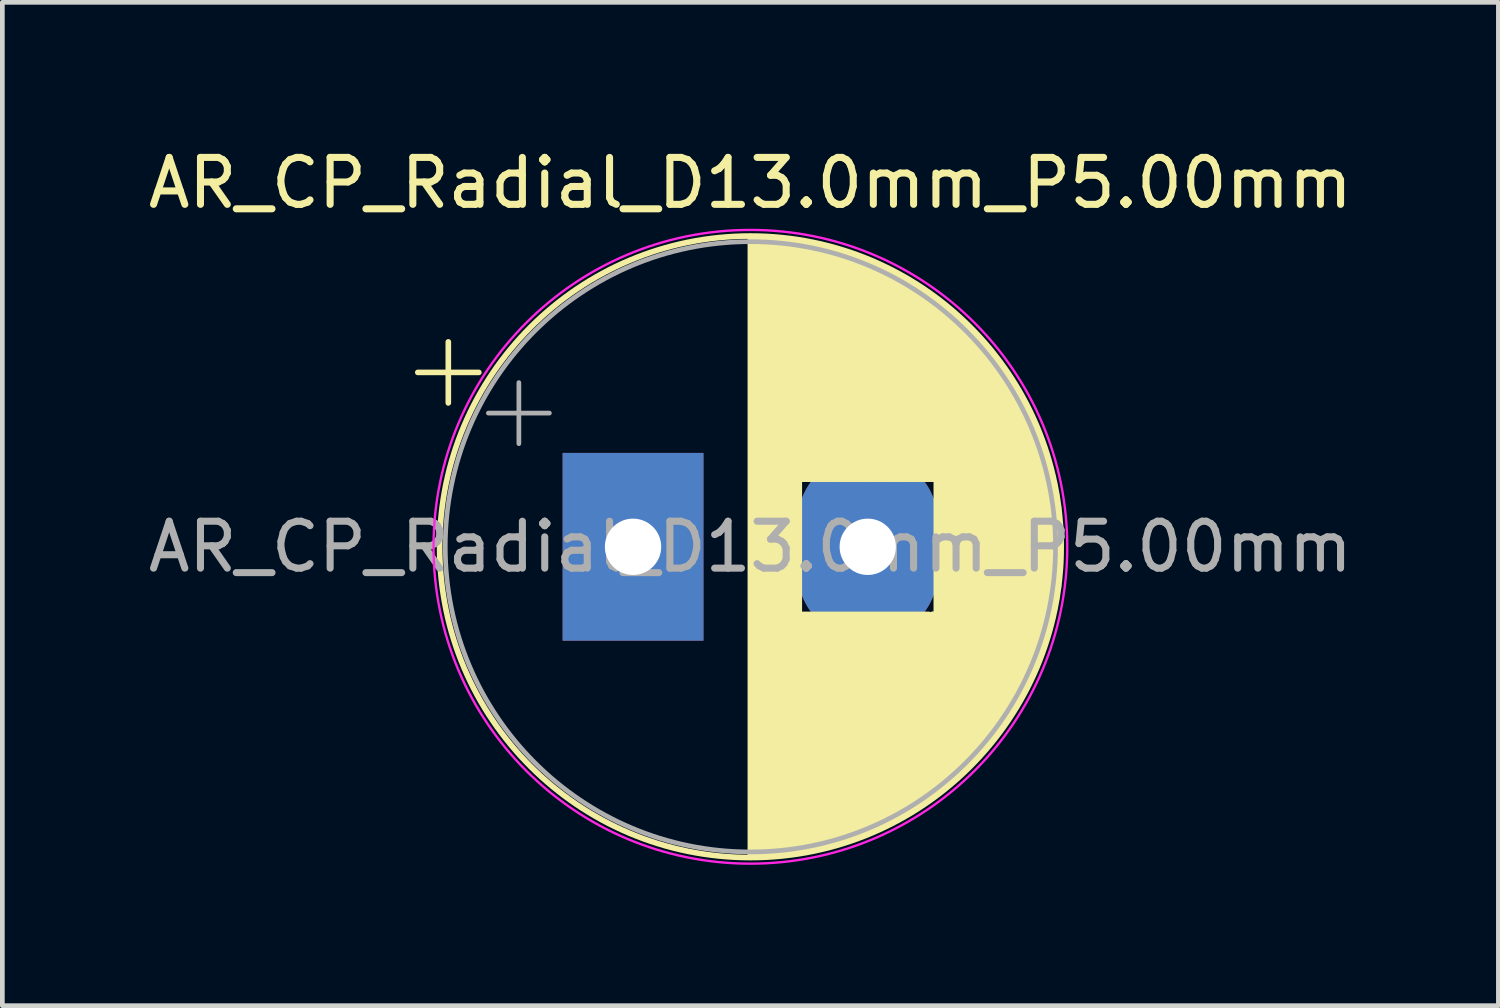
<source format=kicad_pcb>
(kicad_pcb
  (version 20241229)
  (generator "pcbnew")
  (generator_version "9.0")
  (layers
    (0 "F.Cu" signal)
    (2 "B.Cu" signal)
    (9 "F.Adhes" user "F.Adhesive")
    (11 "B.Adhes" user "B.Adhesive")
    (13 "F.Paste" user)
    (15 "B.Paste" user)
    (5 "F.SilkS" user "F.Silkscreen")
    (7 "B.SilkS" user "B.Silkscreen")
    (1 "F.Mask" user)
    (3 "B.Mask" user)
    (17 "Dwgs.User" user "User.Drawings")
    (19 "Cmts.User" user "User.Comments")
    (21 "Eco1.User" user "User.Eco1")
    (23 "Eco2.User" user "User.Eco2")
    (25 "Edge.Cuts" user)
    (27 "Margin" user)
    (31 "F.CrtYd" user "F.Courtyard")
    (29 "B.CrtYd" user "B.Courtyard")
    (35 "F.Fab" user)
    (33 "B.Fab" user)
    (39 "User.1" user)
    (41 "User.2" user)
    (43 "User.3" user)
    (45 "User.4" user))
  (footprint "AR_CP_Radial_D13.0mm_P5.00mm"
    (layer "F.Cu")
    (at 10.435 8.598)
    (property "Reference" "AR_CP_Radial_D13.0mm_P5.00mm" (at 2.5 -7.75 0) (layer "F.SilkS") (effects (font (size 1 1) (thickness 0.15))))
    (attr through_hole)
    (fp_line (start -4.585 -3.715) (end -3.285 -3.715) (stroke (width 0.12) (type solid)) (layer "F.SilkS"))
    (fp_line (start -3.935 -4.365) (end -3.935 -3.065) (stroke (width 0.12) (type solid)) (layer "F.SilkS"))
    (fp_line (start 2.5 -6.58) (end 2.5 6.58) (stroke (width 0.12) (type solid)) (layer "F.SilkS"))
    (fp_line (start 2.54 -6.58) (end 2.54 6.58) (stroke (width 0.12) (type solid)) (layer "F.SilkS"))
    (fp_line (start 2.58 -6.58) (end 2.58 6.58) (stroke (width 0.12) (type solid)) (layer "F.SilkS"))
    (fp_line (start 2.62 -6.579) (end 2.62 6.579) (stroke (width 0.12) (type solid)) (layer "F.SilkS"))
    (fp_line (start 2.66 -6.579) (end 2.66 6.579) (stroke (width 0.12) (type solid)) (layer "F.SilkS"))
    (fp_line (start 2.7 -6.577) (end 2.7 6.577) (stroke (width 0.12) (type solid)) (layer "F.SilkS"))
    (fp_line (start 2.74 -6.576) (end 2.74 6.576) (stroke (width 0.12) (type solid)) (layer "F.SilkS"))
    (fp_line (start 2.78 -6.575) (end 2.78 6.575) (stroke (width 0.12) (type solid)) (layer "F.SilkS"))
    (fp_line (start 2.82 -6.573) (end 2.82 6.573) (stroke (width 0.12) (type solid)) (layer "F.SilkS"))
    (fp_line (start 2.86 -6.571) (end 2.86 6.571) (stroke (width 0.12) (type solid)) (layer "F.SilkS"))
    (fp_line (start 2.9 -6.568) (end 2.9 6.568) (stroke (width 0.12) (type solid)) (layer "F.SilkS"))
    (fp_line (start 2.94 -6.566) (end 2.94 6.566) (stroke (width 0.12) (type solid)) (layer "F.SilkS"))
    (fp_line (start 2.98 -6.563) (end 2.98 6.563) (stroke (width 0.12) (type solid)) (layer "F.SilkS"))
    (fp_line (start 3.02 -6.56) (end 3.02 6.56) (stroke (width 0.12) (type solid)) (layer "F.SilkS"))
    (fp_line (start 3.06 -6.557) (end 3.06 6.557) (stroke (width 0.12) (type solid)) (layer "F.SilkS"))
    (fp_line (start 3.1 -6.553) (end 3.1 6.553) (stroke (width 0.12) (type solid)) (layer "F.SilkS"))
    (fp_line (start 3.14 -6.549) (end 3.14 6.549) (stroke (width 0.12) (type solid)) (layer "F.SilkS"))
    (fp_line (start 3.18 -6.545) (end 3.18 6.545) (stroke (width 0.12) (type solid)) (layer "F.SilkS"))
    (fp_line (start 3.221 -6.541) (end 3.221 6.541) (stroke (width 0.12) (type solid)) (layer "F.SilkS"))
    (fp_line (start 3.261 -6.537) (end 3.261 6.537) (stroke (width 0.12) (type solid)) (layer "F.SilkS"))
    (fp_line (start 3.301 -6.532) (end 3.301 6.532) (stroke (width 0.12) (type solid)) (layer "F.SilkS"))
    (fp_line (start 3.341 -6.527) (end 3.341 6.527) (stroke (width 0.12) (type solid)) (layer "F.SilkS"))
    (fp_line (start 3.381 -6.522) (end 3.381 6.522) (stroke (width 0.12) (type solid)) (layer "F.SilkS"))
    (fp_line (start 3.421 -6.516) (end 3.421 6.516) (stroke (width 0.12) (type solid)) (layer "F.SilkS"))
    (fp_line (start 3.461 -6.511) (end 3.461 6.511) (stroke (width 0.12) (type solid)) (layer "F.SilkS"))
    (fp_line (start 3.501 -6.505) (end 3.501 6.505) (stroke (width 0.12) (type solid)) (layer "F.SilkS"))
    (fp_line (start 3.541 -6.498) (end 3.541 6.498) (stroke (width 0.12) (type solid)) (layer "F.SilkS"))
    (fp_line (start 3.581 -6.492) (end 3.581 -1.44) (stroke (width 0.12) (type solid)) (layer "F.SilkS"))
    (fp_line (start 3.581 1.44) (end 3.581 6.492) (stroke (width 0.12) (type solid)) (layer "F.SilkS"))
    (fp_line (start 3.621 -6.485) (end 3.621 -1.44) (stroke (width 0.12) (type solid)) (layer "F.SilkS"))
    (fp_line (start 3.621 1.44) (end 3.621 6.485) (stroke (width 0.12) (type solid)) (layer "F.SilkS"))
    (fp_line (start 3.661 -6.478) (end 3.661 -1.44) (stroke (width 0.12) (type solid)) (layer "F.SilkS"))
    (fp_line (start 3.661 1.44) (end 3.661 6.478) (stroke (width 0.12) (type solid)) (layer "F.SilkS"))
    (fp_line (start 3.701 -6.471) (end 3.701 -1.44) (stroke (width 0.12) (type solid)) (layer "F.SilkS"))
    (fp_line (start 3.701 1.44) (end 3.701 6.471) (stroke (width 0.12) (type solid)) (layer "F.SilkS"))
    (fp_line (start 3.741 -6.463) (end 3.741 -1.44) (stroke (width 0.12) (type solid)) (layer "F.SilkS"))
    (fp_line (start 3.741 1.44) (end 3.741 6.463) (stroke (width 0.12) (type solid)) (layer "F.SilkS"))
    (fp_line (start 3.781 -6.456) (end 3.781 -1.44) (stroke (width 0.12) (type solid)) (layer "F.SilkS"))
    (fp_line (start 3.781 1.44) (end 3.781 6.456) (stroke (width 0.12) (type solid)) (layer "F.SilkS"))
    (fp_line (start 3.821 -6.448) (end 3.821 -1.44) (stroke (width 0.12) (type solid)) (layer "F.SilkS"))
    (fp_line (start 3.821 1.44) (end 3.821 6.448) (stroke (width 0.12) (type solid)) (layer "F.SilkS"))
    (fp_line (start 3.861 -6.439) (end 3.861 -1.44) (stroke (width 0.12) (type solid)) (layer "F.SilkS"))
    (fp_line (start 3.861 1.44) (end 3.861 6.439) (stroke (width 0.12) (type solid)) (layer "F.SilkS"))
    (fp_line (start 3.901 -6.431) (end 3.901 -1.44) (stroke (width 0.12) (type solid)) (layer "F.SilkS"))
    (fp_line (start 3.901 1.44) (end 3.901 6.431) (stroke (width 0.12) (type solid)) (layer "F.SilkS"))
    (fp_line (start 3.941 -6.422) (end 3.941 -1.44) (stroke (width 0.12) (type solid)) (layer "F.SilkS"))
    (fp_line (start 3.941 1.44) (end 3.941 6.422) (stroke (width 0.12) (type solid)) (layer "F.SilkS"))
    (fp_line (start 3.981 -6.413) (end 3.981 -1.44) (stroke (width 0.12) (type solid)) (layer "F.SilkS"))
    (fp_line (start 3.981 1.44) (end 3.981 6.413) (stroke (width 0.12) (type solid)) (layer "F.SilkS"))
    (fp_line (start 4.021 -6.404) (end 4.021 -1.44) (stroke (width 0.12) (type solid)) (layer "F.SilkS"))
    (fp_line (start 4.021 1.44) (end 4.021 6.404) (stroke (width 0.12) (type solid)) (layer "F.SilkS"))
    (fp_line (start 4.061 -6.394) (end 4.061 -1.44) (stroke (width 0.12) (type solid)) (layer "F.SilkS"))
    (fp_line (start 4.061 1.44) (end 4.061 6.394) (stroke (width 0.12) (type solid)) (layer "F.SilkS"))
    (fp_line (start 4.101 -6.384) (end 4.101 -1.44) (stroke (width 0.12) (type solid)) (layer "F.SilkS"))
    (fp_line (start 4.101 1.44) (end 4.101 6.384) (stroke (width 0.12) (type solid)) (layer "F.SilkS"))
    (fp_line (start 4.141 -6.374) (end 4.141 -1.44) (stroke (width 0.12) (type solid)) (layer "F.SilkS"))
    (fp_line (start 4.141 1.44) (end 4.141 6.374) (stroke (width 0.12) (type solid)) (layer "F.SilkS"))
    (fp_line (start 4.181 -6.364) (end 4.181 -1.44) (stroke (width 0.12) (type solid)) (layer "F.SilkS"))
    (fp_line (start 4.181 1.44) (end 4.181 6.364) (stroke (width 0.12) (type solid)) (layer "F.SilkS"))
    (fp_line (start 4.221 -6.353) (end 4.221 -1.44) (stroke (width 0.12) (type solid)) (layer "F.SilkS"))
    (fp_line (start 4.221 1.44) (end 4.221 6.353) (stroke (width 0.12) (type solid)) (layer "F.SilkS"))
    (fp_line (start 4.261 -6.342) (end 4.261 -1.44) (stroke (width 0.12) (type solid)) (layer "F.SilkS"))
    (fp_line (start 4.261 1.44) (end 4.261 6.342) (stroke (width 0.12) (type solid)) (layer "F.SilkS"))
    (fp_line (start 4.301 -6.331) (end 4.301 -1.44) (stroke (width 0.12) (type solid)) (layer "F.SilkS"))
    (fp_line (start 4.301 1.44) (end 4.301 6.331) (stroke (width 0.12) (type solid)) (layer "F.SilkS"))
    (fp_line (start 4.341 -6.32) (end 4.341 -1.44) (stroke (width 0.12) (type solid)) (layer "F.SilkS"))
    (fp_line (start 4.341 1.44) (end 4.341 6.32) (stroke (width 0.12) (type solid)) (layer "F.SilkS"))
    (fp_line (start 4.381 -6.308) (end 4.381 -1.44) (stroke (width 0.12) (type solid)) (layer "F.SilkS"))
    (fp_line (start 4.381 1.44) (end 4.381 6.308) (stroke (width 0.12) (type solid)) (layer "F.SilkS"))
    (fp_line (start 4.421 -6.296) (end 4.421 -1.44) (stroke (width 0.12) (type solid)) (layer "F.SilkS"))
    (fp_line (start 4.421 1.44) (end 4.421 6.296) (stroke (width 0.12) (type solid)) (layer "F.SilkS"))
    (fp_line (start 4.461 -6.284) (end 4.461 -1.44) (stroke (width 0.12) (type solid)) (layer "F.SilkS"))
    (fp_line (start 4.461 1.44) (end 4.461 6.284) (stroke (width 0.12) (type solid)) (layer "F.SilkS"))
    (fp_line (start 4.501 -6.271) (end 4.501 -1.44) (stroke (width 0.12) (type solid)) (layer "F.SilkS"))
    (fp_line (start 4.501 1.44) (end 4.501 6.271) (stroke (width 0.12) (type solid)) (layer "F.SilkS"))
    (fp_line (start 4.541 -6.258) (end 4.541 -1.44) (stroke (width 0.12) (type solid)) (layer "F.SilkS"))
    (fp_line (start 4.541 1.44) (end 4.541 6.258) (stroke (width 0.12) (type solid)) (layer "F.SilkS"))
    (fp_line (start 4.581 -6.245) (end 4.581 -1.44) (stroke (width 0.12) (type solid)) (layer "F.SilkS"))
    (fp_line (start 4.581 1.44) (end 4.581 6.245) (stroke (width 0.12) (type solid)) (layer "F.SilkS"))
    (fp_line (start 4.621 -6.232) (end 4.621 -1.44) (stroke (width 0.12) (type solid)) (layer "F.SilkS"))
    (fp_line (start 4.621 1.44) (end 4.621 6.232) (stroke (width 0.12) (type solid)) (layer "F.SilkS"))
    (fp_line (start 4.661 -6.218) (end 4.661 -1.44) (stroke (width 0.12) (type solid)) (layer "F.SilkS"))
    (fp_line (start 4.661 1.44) (end 4.661 6.218) (stroke (width 0.12) (type solid)) (layer "F.SilkS"))
    (fp_line (start 4.701 -6.204) (end 4.701 -1.44) (stroke (width 0.12) (type solid)) (layer "F.SilkS"))
    (fp_line (start 4.701 1.44) (end 4.701 6.204) (stroke (width 0.12) (type solid)) (layer "F.SilkS"))
    (fp_line (start 4.741 -6.19) (end 4.741 -1.44) (stroke (width 0.12) (type solid)) (layer "F.SilkS"))
    (fp_line (start 4.741 1.44) (end 4.741 6.19) (stroke (width 0.12) (type solid)) (layer "F.SilkS"))
    (fp_line (start 4.781 -6.175) (end 4.781 -1.44) (stroke (width 0.12) (type solid)) (layer "F.SilkS"))
    (fp_line (start 4.781 1.44) (end 4.781 6.175) (stroke (width 0.12) (type solid)) (layer "F.SilkS"))
    (fp_line (start 4.821 -6.161) (end 4.821 -1.44) (stroke (width 0.12) (type solid)) (layer "F.SilkS"))
    (fp_line (start 4.821 1.44) (end 4.821 6.161) (stroke (width 0.12) (type solid)) (layer "F.SilkS"))
    (fp_line (start 4.861 -6.146) (end 4.861 -1.44) (stroke (width 0.12) (type solid)) (layer "F.SilkS"))
    (fp_line (start 4.861 1.44) (end 4.861 6.146) (stroke (width 0.12) (type solid)) (layer "F.SilkS"))
    (fp_line (start 4.901 -6.13) (end 4.901 -1.44) (stroke (width 0.12) (type solid)) (layer "F.SilkS"))
    (fp_line (start 4.901 1.44) (end 4.901 6.13) (stroke (width 0.12) (type solid)) (layer "F.SilkS"))
    (fp_line (start 4.941 -6.114) (end 4.941 -1.44) (stroke (width 0.12) (type solid)) (layer "F.SilkS"))
    (fp_line (start 4.941 1.44) (end 4.941 6.114) (stroke (width 0.12) (type solid)) (layer "F.SilkS"))
    (fp_line (start 4.981 -6.098) (end 4.981 -1.44) (stroke (width 0.12) (type solid)) (layer "F.SilkS"))
    (fp_line (start 4.981 1.44) (end 4.981 6.098) (stroke (width 0.12) (type solid)) (layer "F.SilkS"))
    (fp_line (start 5.021 -6.082) (end 5.021 -1.44) (stroke (width 0.12) (type solid)) (layer "F.SilkS"))
    (fp_line (start 5.021 1.44) (end 5.021 6.082) (stroke (width 0.12) (type solid)) (layer "F.SilkS"))
    (fp_line (start 5.061 -6.065) (end 5.061 -1.44) (stroke (width 0.12) (type solid)) (layer "F.SilkS"))
    (fp_line (start 5.061 1.44) (end 5.061 6.065) (stroke (width 0.12) (type solid)) (layer "F.SilkS"))
    (fp_line (start 5.101 -6.049) (end 5.101 -1.44) (stroke (width 0.12) (type solid)) (layer "F.SilkS"))
    (fp_line (start 5.101 1.44) (end 5.101 6.049) (stroke (width 0.12) (type solid)) (layer "F.SilkS"))
    (fp_line (start 5.141 -6.031) (end 5.141 -1.44) (stroke (width 0.12) (type solid)) (layer "F.SilkS"))
    (fp_line (start 5.141 1.44) (end 5.141 6.031) (stroke (width 0.12) (type solid)) (layer "F.SilkS"))
    (fp_line (start 5.181 -6.014) (end 5.181 -1.44) (stroke (width 0.12) (type solid)) (layer "F.SilkS"))
    (fp_line (start 5.181 1.44) (end 5.181 6.014) (stroke (width 0.12) (type solid)) (layer "F.SilkS"))
    (fp_line (start 5.221 -5.996) (end 5.221 -1.44) (stroke (width 0.12) (type solid)) (layer "F.SilkS"))
    (fp_line (start 5.221 1.44) (end 5.221 5.996) (stroke (width 0.12) (type solid)) (layer "F.SilkS"))
    (fp_line (start 5.261 -5.978) (end 5.261 -1.44) (stroke (width 0.12) (type solid)) (layer "F.SilkS"))
    (fp_line (start 5.261 1.44) (end 5.261 5.978) (stroke (width 0.12) (type solid)) (layer "F.SilkS"))
    (fp_line (start 5.301 -5.959) (end 5.301 -1.44) (stroke (width 0.12) (type solid)) (layer "F.SilkS"))
    (fp_line (start 5.301 1.44) (end 5.301 5.959) (stroke (width 0.12) (type solid)) (layer "F.SilkS"))
    (fp_line (start 5.341 -5.94) (end 5.341 -1.44) (stroke (width 0.12) (type solid)) (layer "F.SilkS"))
    (fp_line (start 5.341 1.44) (end 5.341 5.94) (stroke (width 0.12) (type solid)) (layer "F.SilkS"))
    (fp_line (start 5.381 -5.921) (end 5.381 -1.44) (stroke (width 0.12) (type solid)) (layer "F.SilkS"))
    (fp_line (start 5.381 1.44) (end 5.381 5.921) (stroke (width 0.12) (type solid)) (layer "F.SilkS"))
    (fp_line (start 5.421 -5.902) (end 5.421 -1.44) (stroke (width 0.12) (type solid)) (layer "F.SilkS"))
    (fp_line (start 5.421 1.44) (end 5.421 5.902) (stroke (width 0.12) (type solid)) (layer "F.SilkS"))
    (fp_line (start 5.461 -5.882) (end 5.461 -1.44) (stroke (width 0.12) (type solid)) (layer "F.SilkS"))
    (fp_line (start 5.461 1.44) (end 5.461 5.882) (stroke (width 0.12) (type solid)) (layer "F.SilkS"))
    (fp_line (start 5.501 -5.862) (end 5.501 -1.44) (stroke (width 0.12) (type solid)) (layer "F.SilkS"))
    (fp_line (start 5.501 1.44) (end 5.501 5.862) (stroke (width 0.12) (type solid)) (layer "F.SilkS"))
    (fp_line (start 5.541 -5.841) (end 5.541 -1.44) (stroke (width 0.12) (type solid)) (layer "F.SilkS"))
    (fp_line (start 5.541 1.44) (end 5.541 5.841) (stroke (width 0.12) (type solid)) (layer "F.SilkS"))
    (fp_line (start 5.581 -5.82) (end 5.581 -1.44) (stroke (width 0.12) (type solid)) (layer "F.SilkS"))
    (fp_line (start 5.581 1.44) (end 5.581 5.82) (stroke (width 0.12) (type solid)) (layer "F.SilkS"))
    (fp_line (start 5.621 -5.799) (end 5.621 -1.44) (stroke (width 0.12) (type solid)) (layer "F.SilkS"))
    (fp_line (start 5.621 1.44) (end 5.621 5.799) (stroke (width 0.12) (type solid)) (layer "F.SilkS"))
    (fp_line (start 5.661 -5.778) (end 5.661 -1.44) (stroke (width 0.12) (type solid)) (layer "F.SilkS"))
    (fp_line (start 5.661 1.44) (end 5.661 5.778) (stroke (width 0.12) (type solid)) (layer "F.SilkS"))
    (fp_line (start 5.701 -5.756) (end 5.701 -1.44) (stroke (width 0.12) (type solid)) (layer "F.SilkS"))
    (fp_line (start 5.701 1.44) (end 5.701 5.756) (stroke (width 0.12) (type solid)) (layer "F.SilkS"))
    (fp_line (start 5.741 -5.733) (end 5.741 -1.44) (stroke (width 0.12) (type solid)) (layer "F.SilkS"))
    (fp_line (start 5.741 1.44) (end 5.741 5.733) (stroke (width 0.12) (type solid)) (layer "F.SilkS"))
    (fp_line (start 5.781 -5.711) (end 5.781 -1.44) (stroke (width 0.12) (type solid)) (layer "F.SilkS"))
    (fp_line (start 5.781 1.44) (end 5.781 5.711) (stroke (width 0.12) (type solid)) (layer "F.SilkS"))
    (fp_line (start 5.821 -5.688) (end 5.821 -1.44) (stroke (width 0.12) (type solid)) (layer "F.SilkS"))
    (fp_line (start 5.821 1.44) (end 5.821 5.688) (stroke (width 0.12) (type solid)) (layer "F.SilkS"))
    (fp_line (start 5.861 -5.664) (end 5.861 -1.44) (stroke (width 0.12) (type solid)) (layer "F.SilkS"))
    (fp_line (start 5.861 1.44) (end 5.861 5.664) (stroke (width 0.12) (type solid)) (layer "F.SilkS"))
    (fp_line (start 5.901 -5.641) (end 5.901 -1.44) (stroke (width 0.12) (type solid)) (layer "F.SilkS"))
    (fp_line (start 5.901 1.44) (end 5.901 5.641) (stroke (width 0.12) (type solid)) (layer "F.SilkS"))
    (fp_line (start 5.941 -5.617) (end 5.941 -1.44) (stroke (width 0.12) (type solid)) (layer "F.SilkS"))
    (fp_line (start 5.941 1.44) (end 5.941 5.617) (stroke (width 0.12) (type solid)) (layer "F.SilkS"))
    (fp_line (start 5.981 -5.592) (end 5.981 -1.44) (stroke (width 0.12) (type solid)) (layer "F.SilkS"))
    (fp_line (start 5.981 1.44) (end 5.981 5.592) (stroke (width 0.12) (type solid)) (layer "F.SilkS"))
    (fp_line (start 6.021 -5.567) (end 6.021 -1.44) (stroke (width 0.12) (type solid)) (layer "F.SilkS"))
    (fp_line (start 6.021 1.44) (end 6.021 5.567) (stroke (width 0.12) (type solid)) (layer "F.SilkS"))
    (fp_line (start 6.061 -5.542) (end 6.061 -1.44) (stroke (width 0.12) (type solid)) (layer "F.SilkS"))
    (fp_line (start 6.061 1.44) (end 6.061 5.542) (stroke (width 0.12) (type solid)) (layer "F.SilkS"))
    (fp_line (start 6.101 -5.516) (end 6.101 -1.44) (stroke (width 0.12) (type solid)) (layer "F.SilkS"))
    (fp_line (start 6.101 1.44) (end 6.101 5.516) (stroke (width 0.12) (type solid)) (layer "F.SilkS"))
    (fp_line (start 6.141 -5.49) (end 6.141 -1.44) (stroke (width 0.12) (type solid)) (layer "F.SilkS"))
    (fp_line (start 6.141 1.44) (end 6.141 5.49) (stroke (width 0.12) (type solid)) (layer "F.SilkS"))
    (fp_line (start 6.181 -5.463) (end 6.181 -1.44) (stroke (width 0.12) (type solid)) (layer "F.SilkS"))
    (fp_line (start 6.181 1.44) (end 6.181 5.463) (stroke (width 0.12) (type solid)) (layer "F.SilkS"))
    (fp_line (start 6.221 -5.436) (end 6.221 -1.44) (stroke (width 0.12) (type solid)) (layer "F.SilkS"))
    (fp_line (start 6.221 1.44) (end 6.221 5.436) (stroke (width 0.12) (type solid)) (layer "F.SilkS"))
    (fp_line (start 6.261 -5.409) (end 6.261 -1.44) (stroke (width 0.12) (type solid)) (layer "F.SilkS"))
    (fp_line (start 6.261 1.44) (end 6.261 5.409) (stroke (width 0.12) (type solid)) (layer "F.SilkS"))
    (fp_line (start 6.301 -5.381) (end 6.301 -1.44) (stroke (width 0.12) (type solid)) (layer "F.SilkS"))
    (fp_line (start 6.301 1.44) (end 6.301 5.381) (stroke (width 0.12) (type solid)) (layer "F.SilkS"))
    (fp_line (start 6.341 -5.353) (end 6.341 -1.44) (stroke (width 0.12) (type solid)) (layer "F.SilkS"))
    (fp_line (start 6.381 -5.324) (end 6.381 -1.44) (stroke (width 0.12) (type solid)) (layer "F.SilkS"))
    (fp_line (start 6.381 1.44) (end 6.341 5.353) (stroke (width 0.12) (type solid)) (layer "F.SilkS"))
    (fp_line (start 6.381 1.44) (end 6.381 5.324) (stroke (width 0.12) (type solid)) (layer "F.SilkS"))
    (fp_line (start 6.421 -5.295) (end 6.421 -1.44) (stroke (width 0.12) (type solid)) (layer "F.SilkS"))
    (fp_line (start 6.421 1.44) (end 6.421 5.295) (stroke (width 0.12) (type solid)) (layer "F.SilkS"))
    (fp_line (start 6.461 -5.265) (end 6.461 5.265) (stroke (width 0.12) (type solid)) (layer "F.SilkS"))
    (fp_line (start 6.501 -5.235) (end 6.501 5.235) (stroke (width 0.12) (type solid)) (layer "F.SilkS"))
    (fp_line (start 6.541 -5.205) (end 6.541 5.205) (stroke (width 0.12) (type solid)) (layer "F.SilkS"))
    (fp_line (start 6.581 -5.174) (end 6.581 5.174) (stroke (width 0.12) (type solid)) (layer "F.SilkS"))
    (fp_line (start 6.621 -5.142) (end 6.621 5.142) (stroke (width 0.12) (type solid)) (layer "F.SilkS"))
    (fp_line (start 6.661 -5.11) (end 6.661 5.11) (stroke (width 0.12) (type solid)) (layer "F.SilkS"))
    (fp_line (start 6.701 -5.078) (end 6.701 5.078) (stroke (width 0.12) (type solid)) (layer "F.SilkS"))
    (fp_line (start 6.741 -5.044) (end 6.741 5.044) (stroke (width 0.12) (type solid)) (layer "F.SilkS"))
    (fp_line (start 6.781 -5.011) (end 6.781 5.011) (stroke (width 0.12) (type solid)) (layer "F.SilkS"))
    (fp_line (start 6.821 -4.977) (end 6.821 4.977) (stroke (width 0.12) (type solid)) (layer "F.SilkS"))
    (fp_line (start 6.861 -4.942) (end 6.861 4.942) (stroke (width 0.12) (type solid)) (layer "F.SilkS"))
    (fp_line (start 6.901 -4.907) (end 6.901 4.907) (stroke (width 0.12) (type solid)) (layer "F.SilkS"))
    (fp_line (start 6.941 -4.871) (end 6.941 4.871) (stroke (width 0.12) (type solid)) (layer "F.SilkS"))
    (fp_line (start 6.981 -4.834) (end 6.981 4.834) (stroke (width 0.12) (type solid)) (layer "F.SilkS"))
    (fp_line (start 7.021 -4.797) (end 7.021 4.797) (stroke (width 0.12) (type solid)) (layer "F.SilkS"))
    (fp_line (start 7.061 -4.76) (end 7.061 4.76) (stroke (width 0.12) (type solid)) (layer "F.SilkS"))
    (fp_line (start 7.101 -4.721) (end 7.101 4.721) (stroke (width 0.12) (type solid)) (layer "F.SilkS"))
    (fp_line (start 7.141 -4.682) (end 7.141 4.682) (stroke (width 0.12) (type solid)) (layer "F.SilkS"))
    (fp_line (start 7.181 -4.643) (end 7.181 4.643) (stroke (width 0.12) (type solid)) (layer "F.SilkS"))
    (fp_line (start 7.221 -4.602) (end 7.221 4.602) (stroke (width 0.12) (type solid)) (layer "F.SilkS"))
    (fp_line (start 7.261 -4.561) (end 7.261 4.561) (stroke (width 0.12) (type solid)) (layer "F.SilkS"))
    (fp_line (start 7.301 -4.519) (end 7.301 4.519) (stroke (width 0.12) (type solid)) (layer "F.SilkS"))
    (fp_line (start 7.341 -4.477) (end 7.341 4.477) (stroke (width 0.12) (type solid)) (layer "F.SilkS"))
    (fp_line (start 7.381 -4.434) (end 7.381 4.434) (stroke (width 0.12) (type solid)) (layer "F.SilkS"))
    (fp_line (start 7.421 -4.39) (end 7.421 4.39) (stroke (width 0.12) (type solid)) (layer "F.SilkS"))
    (fp_line (start 7.461 -4.345) (end 7.461 4.345) (stroke (width 0.12) (type solid)) (layer "F.SilkS"))
    (fp_line (start 7.501 -4.299) (end 7.501 4.299) (stroke (width 0.12) (type solid)) (layer "F.SilkS"))
    (fp_line (start 7.541 -4.253) (end 7.541 4.253) (stroke (width 0.12) (type solid)) (layer "F.SilkS"))
    (fp_line (start 7.581 -4.205) (end 7.581 4.205) (stroke (width 0.12) (type solid)) (layer "F.SilkS"))
    (fp_line (start 7.621 -4.157) (end 7.621 4.157) (stroke (width 0.12) (type solid)) (layer "F.SilkS"))
    (fp_line (start 7.661 -4.108) (end 7.661 4.108) (stroke (width 0.12) (type solid)) (layer "F.SilkS"))
    (fp_line (start 7.701 -4.057) (end 7.701 4.057) (stroke (width 0.12) (type solid)) (layer "F.SilkS"))
    (fp_line (start 7.741 -4.006) (end 7.741 4.006) (stroke (width 0.12) (type solid)) (layer "F.SilkS"))
    (fp_line (start 7.781 -3.954) (end 7.781 3.954) (stroke (width 0.12) (type solid)) (layer "F.SilkS"))
    (fp_line (start 7.821 -3.9) (end 7.821 3.9) (stroke (width 0.12) (type solid)) (layer "F.SilkS"))
    (fp_line (start 7.861 -3.846) (end 7.861 3.846) (stroke (width 0.12) (type solid)) (layer "F.SilkS"))
    (fp_line (start 7.901 -3.79) (end 7.901 3.79) (stroke (width 0.12) (type solid)) (layer "F.SilkS"))
    (fp_line (start 7.941 -3.733) (end 7.941 3.733) (stroke (width 0.12) (type solid)) (layer "F.SilkS"))
    (fp_line (start 7.981 -3.675) (end 7.981 3.675) (stroke (width 0.12) (type solid)) (layer "F.SilkS"))
    (fp_line (start 8.021 -3.615) (end 8.021 3.615) (stroke (width 0.12) (type solid)) (layer "F.SilkS"))
    (fp_line (start 8.061 -3.554) (end 8.061 3.554) (stroke (width 0.12) (type solid)) (layer "F.SilkS"))
    (fp_line (start 8.101 -3.491) (end 8.101 3.491) (stroke (width 0.12) (type solid)) (layer "F.SilkS"))
    (fp_line (start 8.141 -3.427) (end 8.141 3.427) (stroke (width 0.12) (type solid)) (layer "F.SilkS"))
    (fp_line (start 8.181 -3.361) (end 8.181 3.361) (stroke (width 0.12) (type solid)) (layer "F.SilkS"))
    (fp_line (start 8.221 -3.293) (end 8.221 3.293) (stroke (width 0.12) (type solid)) (layer "F.SilkS"))
    (fp_line (start 8.261 -3.223) (end 8.261 3.223) (stroke (width 0.12) (type solid)) (layer "F.SilkS"))
    (fp_line (start 8.301 -3.152) (end 8.301 3.152) (stroke (width 0.12) (type solid)) (layer "F.SilkS"))
    (fp_line (start 8.341 -3.078) (end 8.341 3.078) (stroke (width 0.12) (type solid)) (layer "F.SilkS"))
    (fp_line (start 8.381 -3.002) (end 8.381 3.002) (stroke (width 0.12) (type solid)) (layer "F.SilkS"))
    (fp_line (start 8.421 -2.923) (end 8.421 2.923) (stroke (width 0.12) (type solid)) (layer "F.SilkS"))
    (fp_line (start 8.461 -2.842) (end 8.461 2.842) (stroke (width 0.12) (type solid)) (layer "F.SilkS"))
    (fp_line (start 8.501 -2.758) (end 8.501 2.758) (stroke (width 0.12) (type solid)) (layer "F.SilkS"))
    (fp_line (start 8.541 -2.67) (end 8.541 2.67) (stroke (width 0.12) (type solid)) (layer "F.SilkS"))
    (fp_line (start 8.581 -2.579) (end 8.581 2.579) (stroke (width 0.12) (type solid)) (layer "F.SilkS"))
    (fp_line (start 8.621 -2.484) (end 8.621 2.484) (stroke (width 0.12) (type solid)) (layer "F.SilkS"))
    (fp_line (start 8.661 -2.385) (end 8.661 2.385) (stroke (width 0.12) (type solid)) (layer "F.SilkS"))
    (fp_line (start 8.701 -2.281) (end 8.701 2.281) (stroke (width 0.12) (type solid)) (layer "F.SilkS"))
    (fp_line (start 8.741 -2.171) (end 8.741 2.171) (stroke (width 0.12) (type solid)) (layer "F.SilkS"))
    (fp_line (start 8.781 -2.055) (end 8.781 2.055) (stroke (width 0.12) (type solid)) (layer "F.SilkS"))
    (fp_line (start 8.821 -1.931) (end 8.821 1.931) (stroke (width 0.12) (type solid)) (layer "F.SilkS"))
    (fp_line (start 8.861 -1.798) (end 8.861 1.798) (stroke (width 0.12) (type solid)) (layer "F.SilkS"))
    (fp_line (start 8.901 -1.653) (end 8.901 1.653) (stroke (width 0.12) (type solid)) (layer "F.SilkS"))
    (fp_line (start 8.941 -1.494) (end 8.941 1.494) (stroke (width 0.12) (type solid)) (layer "F.SilkS"))
    (fp_line (start 8.981 -1.315) (end 8.981 1.315) (stroke (width 0.12) (type solid)) (layer "F.SilkS"))
    (fp_line (start 9.021 -1.107) (end 9.021 1.107) (stroke (width 0.12) (type solid)) (layer "F.SilkS"))
    (fp_line (start 9.061 -0.85) (end 9.061 0.85) (stroke (width 0.12) (type solid)) (layer "F.SilkS"))
    (fp_line (start 9.101 -0.475) (end 9.101 0.475) (stroke (width 0.12) (type solid)) (layer "F.SilkS"))
    (fp_circle (center 2.5 0) (end 9.12 0) (stroke (width 0.12) (type solid)) (fill no) (layer "F.SilkS"))
    (fp_circle (center 2.5 0) (end 9.25 0) (stroke (width 0.05) (type solid)) (fill no) (layer "F.CrtYd"))
    (fp_line (start -3.082 -2.848) (end -1.782 -2.848) (stroke (width 0.1) (type solid)) (layer "F.Fab"))
    (fp_line (start -2.432 -3.498) (end -2.432 -2.197) (stroke (width 0.1) (type solid)) (layer "F.Fab"))
    (fp_circle (center 2.5 0) (end 9 0) (stroke (width 0.1) (type solid)) (fill no) (layer "F.Fab"))
    (fp_text user "${REFERENCE}" (at 2.5 0 0) (layer "F.Fab") (effects (font (size 1 1) (thickness 0.15))))
    (pad "1" thru_hole rect (at 0 0) (size 3 4) (drill 1.2) (layers "*.Cu" "*.Mask"))
    (pad "2" thru_hole oval (at 5 0) (size 3 4) (drill 1.2) (layers "*.Cu" "*.Mask")))
  (gr_rect
    (start -3 -3)
    (end 28.869 18.373)
    (stroke (width 0.1) (type default))
    (fill no)
    (layer "Edge.Cuts")))
</source>
